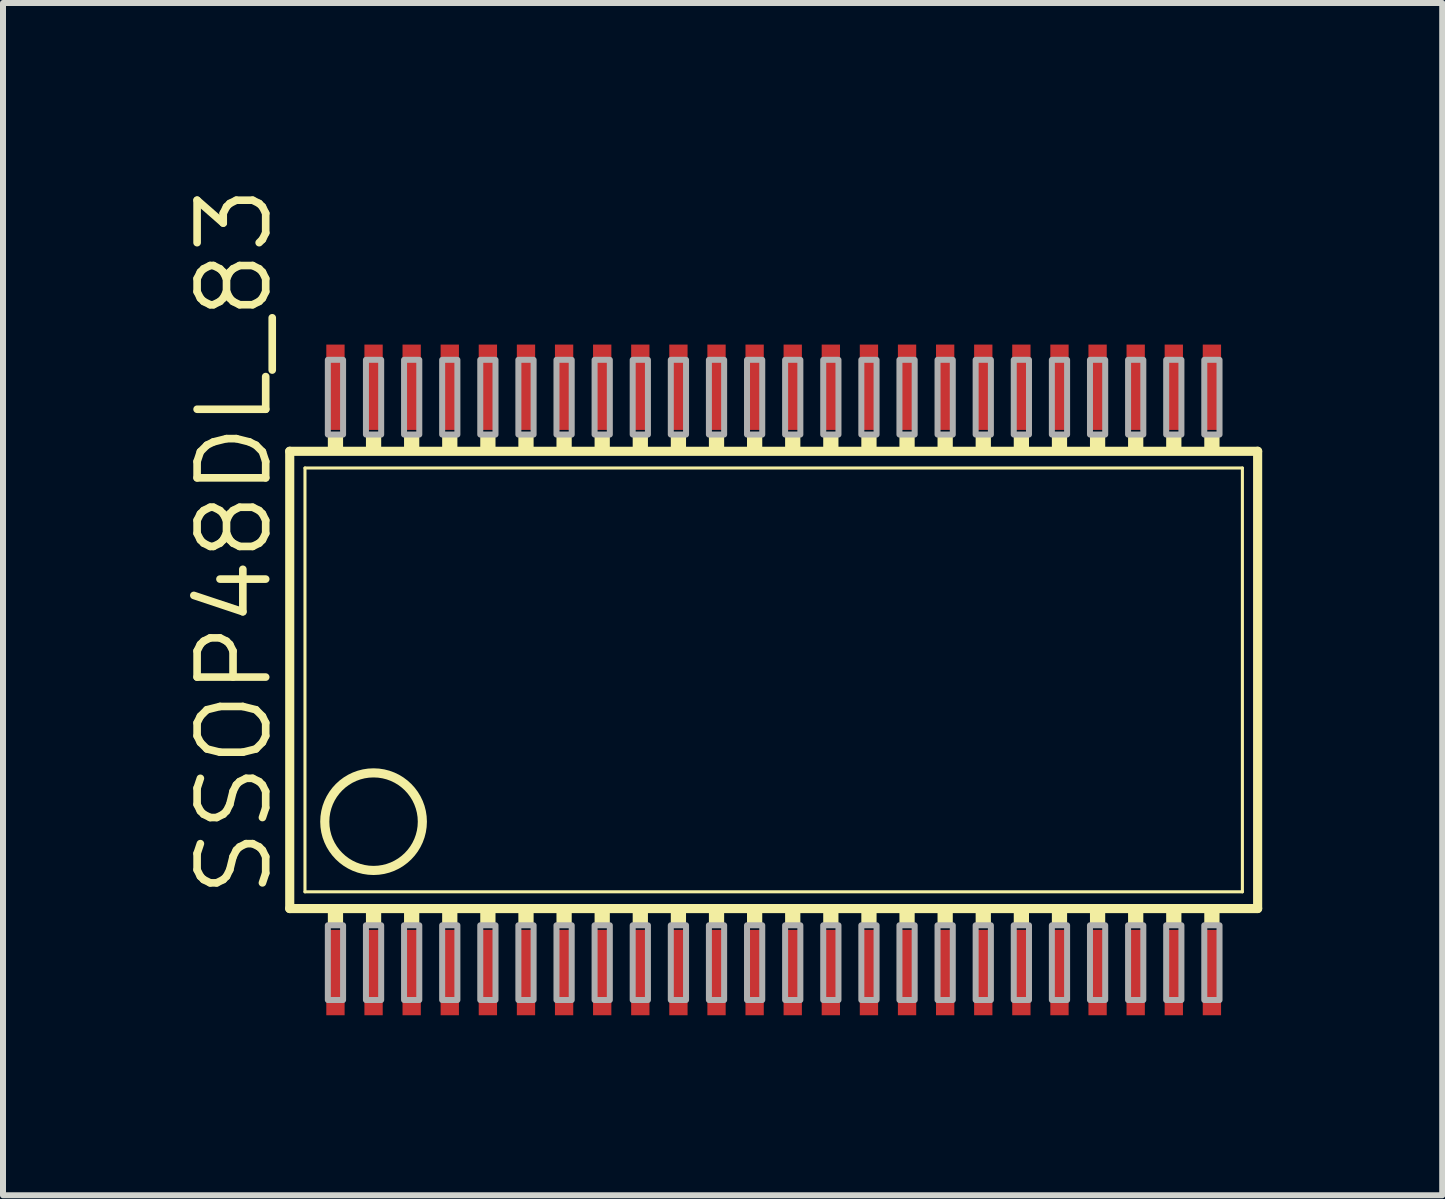
<source format=kicad_pcb>
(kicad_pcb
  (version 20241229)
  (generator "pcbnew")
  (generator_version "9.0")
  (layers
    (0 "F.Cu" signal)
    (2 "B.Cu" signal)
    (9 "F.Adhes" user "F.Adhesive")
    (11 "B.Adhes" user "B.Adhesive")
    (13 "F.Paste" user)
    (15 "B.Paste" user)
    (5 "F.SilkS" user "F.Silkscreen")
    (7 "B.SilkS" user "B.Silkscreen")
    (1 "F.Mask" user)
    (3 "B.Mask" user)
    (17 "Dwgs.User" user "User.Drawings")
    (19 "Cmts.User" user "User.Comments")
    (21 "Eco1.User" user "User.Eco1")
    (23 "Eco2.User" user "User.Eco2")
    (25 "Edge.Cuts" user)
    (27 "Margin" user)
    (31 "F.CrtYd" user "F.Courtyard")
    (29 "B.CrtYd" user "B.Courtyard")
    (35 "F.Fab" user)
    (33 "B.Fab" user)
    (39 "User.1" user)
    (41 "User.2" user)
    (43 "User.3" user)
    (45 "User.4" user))
  (footprint "SSOP48DL_83"
    (layer "F.Cu")
    (at 9.525 8.28)
    (property "Reference" "SSOP48DL_83" (at -8.001 3.683 90) (unlocked yes) (layer "F.SilkS") (effects (font (size 1.143 1.143) (thickness 0.127)) (justify left bottom)))
    (fp_line (start -7.747 3.81) (end -7.747 -3.81) (stroke (width 0.152) (type solid)) (layer "F.SilkS"))
    (fp_line (start -7.747 3.81) (end 8.382 3.81) (stroke (width 0.152) (type solid)) (layer "F.SilkS"))
    (fp_line (start -7.493 3.531) (end -7.493 -3.531) (stroke (width 0.051) (type solid)) (layer "F.SilkS"))
    (fp_line (start -7.493 3.531) (end 8.128 3.531) (stroke (width 0.051) (type solid)) (layer "F.SilkS"))
    (fp_line (start 8.128 -3.531) (end -7.493 -3.531) (stroke (width 0.051) (type solid)) (layer "F.SilkS"))
    (fp_line (start 8.128 -3.531) (end 8.128 3.531) (stroke (width 0.051) (type solid)) (layer "F.SilkS"))
    (fp_line (start 8.382 -3.81) (end -7.747 -3.81) (stroke (width 0.152) (type solid)) (layer "F.SilkS"))
    (fp_line (start 8.382 3.81) (end 8.382 -3.81) (stroke (width 0.152) (type solid)) (layer "F.SilkS"))
    (fp_circle (center -6.35 2.362) (end -5.537 2.362) (stroke (width 0.152) (type solid)) (fill no) (layer "F.SilkS"))
    (fp_poly (pts (xy -7.112 -3.81) (xy -6.858 -3.81) (xy -6.858 -4.089) (xy -7.112 -4.089)) (stroke (width 0) (type default)) (fill yes) (layer "F.SilkS"))
    (fp_poly (pts (xy -7.112 4.089) (xy -6.858 4.089) (xy -6.858 3.81) (xy -7.112 3.81)) (stroke (width 0) (type default)) (fill yes) (layer "F.SilkS"))
    (fp_poly (pts (xy -6.477 -3.81) (xy -6.223 -3.81) (xy -6.223 -4.089) (xy -6.477 -4.089)) (stroke (width 0) (type default)) (fill yes) (layer "F.SilkS"))
    (fp_poly (pts (xy -6.477 4.089) (xy -6.223 4.089) (xy -6.223 3.81) (xy -6.477 3.81)) (stroke (width 0) (type default)) (fill yes) (layer "F.SilkS"))
    (fp_poly (pts (xy -5.842 -3.81) (xy -5.588 -3.81) (xy -5.588 -4.089) (xy -5.842 -4.089)) (stroke (width 0) (type default)) (fill yes) (layer "F.SilkS"))
    (fp_poly (pts (xy -5.842 4.089) (xy -5.588 4.089) (xy -5.588 3.81) (xy -5.842 3.81)) (stroke (width 0) (type default)) (fill yes) (layer "F.SilkS"))
    (fp_poly (pts (xy -5.207 -3.81) (xy -4.953 -3.81) (xy -4.953 -4.089) (xy -5.207 -4.089)) (stroke (width 0) (type default)) (fill yes) (layer "F.SilkS"))
    (fp_poly (pts (xy -5.207 4.089) (xy -4.953 4.089) (xy -4.953 3.81) (xy -5.207 3.81)) (stroke (width 0) (type default)) (fill yes) (layer "F.SilkS"))
    (fp_poly (pts (xy -4.572 -3.81) (xy -4.318 -3.81) (xy -4.318 -4.089) (xy -4.572 -4.089)) (stroke (width 0) (type default)) (fill yes) (layer "F.SilkS"))
    (fp_poly (pts (xy -4.572 4.089) (xy -4.318 4.089) (xy -4.318 3.81) (xy -4.572 3.81)) (stroke (width 0) (type default)) (fill yes) (layer "F.SilkS"))
    (fp_poly (pts (xy -3.937 -3.81) (xy -3.683 -3.81) (xy -3.683 -4.089) (xy -3.937 -4.089)) (stroke (width 0) (type default)) (fill yes) (layer "F.SilkS"))
    (fp_poly (pts (xy -3.937 4.089) (xy -3.683 4.089) (xy -3.683 3.81) (xy -3.937 3.81)) (stroke (width 0) (type default)) (fill yes) (layer "F.SilkS"))
    (fp_poly (pts (xy -3.302 -3.81) (xy -3.048 -3.81) (xy -3.048 -4.089) (xy -3.302 -4.089)) (stroke (width 0) (type default)) (fill yes) (layer "F.SilkS"))
    (fp_poly (pts (xy -3.302 4.089) (xy -3.048 4.089) (xy -3.048 3.81) (xy -3.302 3.81)) (stroke (width 0) (type default)) (fill yes) (layer "F.SilkS"))
    (fp_poly (pts (xy -2.667 -3.81) (xy -2.413 -3.81) (xy -2.413 -4.089) (xy -2.667 -4.089)) (stroke (width 0) (type default)) (fill yes) (layer "F.SilkS"))
    (fp_poly (pts (xy -2.667 4.089) (xy -2.413 4.089) (xy -2.413 3.81) (xy -2.667 3.81)) (stroke (width 0) (type default)) (fill yes) (layer "F.SilkS"))
    (fp_poly (pts (xy -2.032 -3.81) (xy -1.778 -3.81) (xy -1.778 -4.089) (xy -2.032 -4.089)) (stroke (width 0) (type default)) (fill yes) (layer "F.SilkS"))
    (fp_poly (pts (xy -2.032 4.089) (xy -1.778 4.089) (xy -1.778 3.81) (xy -2.032 3.81)) (stroke (width 0) (type default)) (fill yes) (layer "F.SilkS"))
    (fp_poly (pts (xy -1.397 -3.81) (xy -1.143 -3.81) (xy -1.143 -4.089) (xy -1.397 -4.089)) (stroke (width 0) (type default)) (fill yes) (layer "F.SilkS"))
    (fp_poly (pts (xy -1.397 4.089) (xy -1.143 4.089) (xy -1.143 3.81) (xy -1.397 3.81)) (stroke (width 0) (type default)) (fill yes) (layer "F.SilkS"))
    (fp_poly (pts (xy -0.762 -3.81) (xy -0.508 -3.81) (xy -0.508 -4.089) (xy -0.762 -4.089)) (stroke (width 0) (type default)) (fill yes) (layer "F.SilkS"))
    (fp_poly (pts (xy -0.762 4.089) (xy -0.508 4.089) (xy -0.508 3.81) (xy -0.762 3.81)) (stroke (width 0) (type default)) (fill yes) (layer "F.SilkS"))
    (fp_poly (pts (xy -0.127 -3.81) (xy 0.127 -3.81) (xy 0.127 -4.089) (xy -0.127 -4.089)) (stroke (width 0) (type default)) (fill yes) (layer "F.SilkS"))
    (fp_poly (pts (xy -0.127 4.089) (xy 0.127 4.089) (xy 0.127 3.81) (xy -0.127 3.81)) (stroke (width 0) (type default)) (fill yes) (layer "F.SilkS"))
    (fp_poly (pts (xy 0.508 -3.81) (xy 0.762 -3.81) (xy 0.762 -4.089) (xy 0.508 -4.089)) (stroke (width 0) (type default)) (fill yes) (layer "F.SilkS"))
    (fp_poly (pts (xy 0.508 4.089) (xy 0.762 4.089) (xy 0.762 3.81) (xy 0.508 3.81)) (stroke (width 0) (type default)) (fill yes) (layer "F.SilkS"))
    (fp_poly (pts (xy 1.143 -3.81) (xy 1.397 -3.81) (xy 1.397 -4.089) (xy 1.143 -4.089)) (stroke (width 0) (type default)) (fill yes) (layer "F.SilkS"))
    (fp_poly (pts (xy 1.143 4.089) (xy 1.397 4.089) (xy 1.397 3.81) (xy 1.143 3.81)) (stroke (width 0) (type default)) (fill yes) (layer "F.SilkS"))
    (fp_poly (pts (xy 1.778 -3.81) (xy 2.032 -3.81) (xy 2.032 -4.089) (xy 1.778 -4.089)) (stroke (width 0) (type default)) (fill yes) (layer "F.SilkS"))
    (fp_poly (pts (xy 1.778 4.089) (xy 2.032 4.089) (xy 2.032 3.81) (xy 1.778 3.81)) (stroke (width 0) (type default)) (fill yes) (layer "F.SilkS"))
    (fp_poly (pts (xy 2.413 -3.81) (xy 2.667 -3.81) (xy 2.667 -4.089) (xy 2.413 -4.089)) (stroke (width 0) (type default)) (fill yes) (layer "F.SilkS"))
    (fp_poly (pts (xy 2.413 4.089) (xy 2.667 4.089) (xy 2.667 3.81) (xy 2.413 3.81)) (stroke (width 0) (type default)) (fill yes) (layer "F.SilkS"))
    (fp_poly (pts (xy 3.048 -3.81) (xy 3.302 -3.81) (xy 3.302 -4.089) (xy 3.048 -4.089)) (stroke (width 0) (type default)) (fill yes) (layer "F.SilkS"))
    (fp_poly (pts (xy 3.048 4.089) (xy 3.302 4.089) (xy 3.302 3.81) (xy 3.048 3.81)) (stroke (width 0) (type default)) (fill yes) (layer "F.SilkS"))
    (fp_poly (pts (xy 3.683 -3.81) (xy 3.937 -3.81) (xy 3.937 -4.089) (xy 3.683 -4.089)) (stroke (width 0) (type default)) (fill yes) (layer "F.SilkS"))
    (fp_poly (pts (xy 3.683 4.089) (xy 3.937 4.089) (xy 3.937 3.81) (xy 3.683 3.81)) (stroke (width 0) (type default)) (fill yes) (layer "F.SilkS"))
    (fp_poly (pts (xy 4.318 -3.81) (xy 4.572 -3.81) (xy 4.572 -4.089) (xy 4.318 -4.089)) (stroke (width 0) (type default)) (fill yes) (layer "F.SilkS"))
    (fp_poly (pts (xy 4.318 4.089) (xy 4.572 4.089) (xy 4.572 3.81) (xy 4.318 3.81)) (stroke (width 0) (type default)) (fill yes) (layer "F.SilkS"))
    (fp_poly (pts (xy 4.953 -3.81) (xy 5.207 -3.81) (xy 5.207 -4.089) (xy 4.953 -4.089)) (stroke (width 0) (type default)) (fill yes) (layer "F.SilkS"))
    (fp_poly (pts (xy 4.953 4.089) (xy 5.207 4.089) (xy 5.207 3.81) (xy 4.953 3.81)) (stroke (width 0) (type default)) (fill yes) (layer "F.SilkS"))
    (fp_poly (pts (xy 5.588 -3.81) (xy 5.842 -3.81) (xy 5.842 -4.089) (xy 5.588 -4.089)) (stroke (width 0) (type default)) (fill yes) (layer "F.SilkS"))
    (fp_poly (pts (xy 5.588 4.089) (xy 5.842 4.089) (xy 5.842 3.81) (xy 5.588 3.81)) (stroke (width 0) (type default)) (fill yes) (layer "F.SilkS"))
    (fp_poly (pts (xy 6.223 -3.81) (xy 6.477 -3.81) (xy 6.477 -4.089) (xy 6.223 -4.089)) (stroke (width 0) (type default)) (fill yes) (layer "F.SilkS"))
    (fp_poly (pts (xy 6.223 4.089) (xy 6.477 4.089) (xy 6.477 3.81) (xy 6.223 3.81)) (stroke (width 0) (type default)) (fill yes) (layer "F.SilkS"))
    (fp_poly (pts (xy 6.858 -3.81) (xy 7.112 -3.81) (xy 7.112 -4.089) (xy 6.858 -4.089)) (stroke (width 0) (type default)) (fill yes) (layer "F.SilkS"))
    (fp_poly (pts (xy 6.858 4.089) (xy 7.112 4.089) (xy 7.112 3.81) (xy 6.858 3.81)) (stroke (width 0) (type default)) (fill yes) (layer "F.SilkS"))
    (fp_poly (pts (xy 7.493 -3.81) (xy 7.747 -3.81) (xy 7.747 -4.089) (xy 7.493 -4.089)) (stroke (width 0) (type default)) (fill yes) (layer "F.SilkS"))
    (fp_poly (pts (xy 7.493 4.089) (xy 7.747 4.089) (xy 7.747 3.81) (xy 7.493 3.81)) (stroke (width 0) (type default)) (fill yes) (layer "F.SilkS"))
    (fp_poly (pts (xy -7.112 -4.089) (xy -6.858 -4.089) (xy -6.858 -5.334) (xy -7.112 -5.334)) (stroke (width 0.1) (type default)) (fill no) (layer "F.Fab"))
    (fp_poly (pts (xy -7.112 5.334) (xy -6.858 5.334) (xy -6.858 4.089) (xy -7.112 4.089)) (stroke (width 0.1) (type default)) (fill no) (layer "F.Fab"))
    (fp_poly (pts (xy -6.477 -4.089) (xy -6.223 -4.089) (xy -6.223 -5.334) (xy -6.477 -5.334)) (stroke (width 0.1) (type default)) (fill no) (layer "F.Fab"))
    (fp_poly (pts (xy -6.477 5.334) (xy -6.223 5.334) (xy -6.223 4.089) (xy -6.477 4.089)) (stroke (width 0.1) (type default)) (fill no) (layer "F.Fab"))
    (fp_poly (pts (xy -5.842 -4.089) (xy -5.588 -4.089) (xy -5.588 -5.334) (xy -5.842 -5.334)) (stroke (width 0.1) (type default)) (fill no) (layer "F.Fab"))
    (fp_poly (pts (xy -5.842 5.334) (xy -5.588 5.334) (xy -5.588 4.089) (xy -5.842 4.089)) (stroke (width 0.1) (type default)) (fill no) (layer "F.Fab"))
    (fp_poly (pts (xy -5.207 -4.089) (xy -4.953 -4.089) (xy -4.953 -5.334) (xy -5.207 -5.334)) (stroke (width 0.1) (type default)) (fill no) (layer "F.Fab"))
    (fp_poly (pts (xy -5.207 5.334) (xy -4.953 5.334) (xy -4.953 4.089) (xy -5.207 4.089)) (stroke (width 0.1) (type default)) (fill no) (layer "F.Fab"))
    (fp_poly (pts (xy -4.572 -4.089) (xy -4.318 -4.089) (xy -4.318 -5.334) (xy -4.572 -5.334)) (stroke (width 0.1) (type default)) (fill no) (layer "F.Fab"))
    (fp_poly (pts (xy -4.572 5.334) (xy -4.318 5.334) (xy -4.318 4.089) (xy -4.572 4.089)) (stroke (width 0.1) (type default)) (fill no) (layer "F.Fab"))
    (fp_poly (pts (xy -3.937 -4.089) (xy -3.683 -4.089) (xy -3.683 -5.334) (xy -3.937 -5.334)) (stroke (width 0.1) (type default)) (fill no) (layer "F.Fab"))
    (fp_poly (pts (xy -3.937 5.334) (xy -3.683 5.334) (xy -3.683 4.089) (xy -3.937 4.089)) (stroke (width 0.1) (type default)) (fill no) (layer "F.Fab"))
    (fp_poly (pts (xy -3.302 -4.089) (xy -3.048 -4.089) (xy -3.048 -5.334) (xy -3.302 -5.334)) (stroke (width 0.1) (type default)) (fill no) (layer "F.Fab"))
    (fp_poly (pts (xy -3.302 5.334) (xy -3.048 5.334) (xy -3.048 4.089) (xy -3.302 4.089)) (stroke (width 0.1) (type default)) (fill no) (layer "F.Fab"))
    (fp_poly (pts (xy -2.667 -4.089) (xy -2.413 -4.089) (xy -2.413 -5.334) (xy -2.667 -5.334)) (stroke (width 0.1) (type default)) (fill no) (layer "F.Fab"))
    (fp_poly (pts (xy -2.667 5.334) (xy -2.413 5.334) (xy -2.413 4.089) (xy -2.667 4.089)) (stroke (width 0.1) (type default)) (fill no) (layer "F.Fab"))
    (fp_poly (pts (xy -2.032 -4.089) (xy -1.778 -4.089) (xy -1.778 -5.334) (xy -2.032 -5.334)) (stroke (width 0.1) (type default)) (fill no) (layer "F.Fab"))
    (fp_poly (pts (xy -2.032 5.334) (xy -1.778 5.334) (xy -1.778 4.089) (xy -2.032 4.089)) (stroke (width 0.1) (type default)) (fill no) (layer "F.Fab"))
    (fp_poly (pts (xy -1.397 -4.089) (xy -1.143 -4.089) (xy -1.143 -5.334) (xy -1.397 -5.334)) (stroke (width 0.1) (type default)) (fill no) (layer "F.Fab"))
    (fp_poly (pts (xy -1.397 5.334) (xy -1.143 5.334) (xy -1.143 4.089) (xy -1.397 4.089)) (stroke (width 0.1) (type default)) (fill no) (layer "F.Fab"))
    (fp_poly (pts (xy -0.762 -4.089) (xy -0.508 -4.089) (xy -0.508 -5.334) (xy -0.762 -5.334)) (stroke (width 0.1) (type default)) (fill no) (layer "F.Fab"))
    (fp_poly (pts (xy -0.762 5.334) (xy -0.508 5.334) (xy -0.508 4.089) (xy -0.762 4.089)) (stroke (width 0.1) (type default)) (fill no) (layer "F.Fab"))
    (fp_poly (pts (xy -0.127 -4.089) (xy 0.127 -4.089) (xy 0.127 -5.334) (xy -0.127 -5.334)) (stroke (width 0.1) (type default)) (fill no) (layer "F.Fab"))
    (fp_poly (pts (xy -0.127 5.334) (xy 0.127 5.334) (xy 0.127 4.089) (xy -0.127 4.089)) (stroke (width 0.1) (type default)) (fill no) (layer "F.Fab"))
    (fp_poly (pts (xy 0.508 -4.089) (xy 0.762 -4.089) (xy 0.762 -5.334) (xy 0.508 -5.334)) (stroke (width 0.1) (type default)) (fill no) (layer "F.Fab"))
    (fp_poly (pts (xy 0.508 5.334) (xy 0.762 5.334) (xy 0.762 4.089) (xy 0.508 4.089)) (stroke (width 0.1) (type default)) (fill no) (layer "F.Fab"))
    (fp_poly (pts (xy 1.143 -4.089) (xy 1.397 -4.089) (xy 1.397 -5.334) (xy 1.143 -5.334)) (stroke (width 0.1) (type default)) (fill no) (layer "F.Fab"))
    (fp_poly (pts (xy 1.143 5.334) (xy 1.397 5.334) (xy 1.397 4.089) (xy 1.143 4.089)) (stroke (width 0.1) (type default)) (fill no) (layer "F.Fab"))
    (fp_poly (pts (xy 1.778 -4.089) (xy 2.032 -4.089) (xy 2.032 -5.334) (xy 1.778 -5.334)) (stroke (width 0.1) (type default)) (fill no) (layer "F.Fab"))
    (fp_poly (pts (xy 1.778 5.334) (xy 2.032 5.334) (xy 2.032 4.089) (xy 1.778 4.089)) (stroke (width 0.1) (type default)) (fill no) (layer "F.Fab"))
    (fp_poly (pts (xy 2.413 -4.089) (xy 2.667 -4.089) (xy 2.667 -5.334) (xy 2.413 -5.334)) (stroke (width 0.1) (type default)) (fill no) (layer "F.Fab"))
    (fp_poly (pts (xy 2.413 5.334) (xy 2.667 5.334) (xy 2.667 4.089) (xy 2.413 4.089)) (stroke (width 0.1) (type default)) (fill no) (layer "F.Fab"))
    (fp_poly (pts (xy 3.048 -4.089) (xy 3.302 -4.089) (xy 3.302 -5.334) (xy 3.048 -5.334)) (stroke (width 0.1) (type default)) (fill no) (layer "F.Fab"))
    (fp_poly (pts (xy 3.048 5.334) (xy 3.302 5.334) (xy 3.302 4.089) (xy 3.048 4.089)) (stroke (width 0.1) (type default)) (fill no) (layer "F.Fab"))
    (fp_poly (pts (xy 3.683 -4.089) (xy 3.937 -4.089) (xy 3.937 -5.334) (xy 3.683 -5.334)) (stroke (width 0.1) (type default)) (fill no) (layer "F.Fab"))
    (fp_poly (pts (xy 3.683 5.334) (xy 3.937 5.334) (xy 3.937 4.089) (xy 3.683 4.089)) (stroke (width 0.1) (type default)) (fill no) (layer "F.Fab"))
    (fp_poly (pts (xy 4.318 -4.089) (xy 4.572 -4.089) (xy 4.572 -5.334) (xy 4.318 -5.334)) (stroke (width 0.1) (type default)) (fill no) (layer "F.Fab"))
    (fp_poly (pts (xy 4.318 5.334) (xy 4.572 5.334) (xy 4.572 4.089) (xy 4.318 4.089)) (stroke (width 0.1) (type default)) (fill no) (layer "F.Fab"))
    (fp_poly (pts (xy 4.953 -4.089) (xy 5.207 -4.089) (xy 5.207 -5.334) (xy 4.953 -5.334)) (stroke (width 0.1) (type default)) (fill no) (layer "F.Fab"))
    (fp_poly (pts (xy 4.953 5.334) (xy 5.207 5.334) (xy 5.207 4.089) (xy 4.953 4.089)) (stroke (width 0.1) (type default)) (fill no) (layer "F.Fab"))
    (fp_poly (pts (xy 5.588 -4.089) (xy 5.842 -4.089) (xy 5.842 -5.334) (xy 5.588 -5.334)) (stroke (width 0.1) (type default)) (fill no) (layer "F.Fab"))
    (fp_poly (pts (xy 5.588 5.334) (xy 5.842 5.334) (xy 5.842 4.089) (xy 5.588 4.089)) (stroke (width 0.1) (type default)) (fill no) (layer "F.Fab"))
    (fp_poly (pts (xy 6.223 -4.089) (xy 6.477 -4.089) (xy 6.477 -5.334) (xy 6.223 -5.334)) (stroke (width 0.1) (type default)) (fill no) (layer "F.Fab"))
    (fp_poly (pts (xy 6.223 5.334) (xy 6.477 5.334) (xy 6.477 4.089) (xy 6.223 4.089)) (stroke (width 0.1) (type default)) (fill no) (layer "F.Fab"))
    (fp_poly (pts (xy 6.858 -4.089) (xy 7.112 -4.089) (xy 7.112 -5.334) (xy 6.858 -5.334)) (stroke (width 0.1) (type default)) (fill no) (layer "F.Fab"))
    (fp_poly (pts (xy 6.858 5.334) (xy 7.112 5.334) (xy 7.112 4.089) (xy 6.858 4.089)) (stroke (width 0.1) (type default)) (fill no) (layer "F.Fab"))
    (fp_poly (pts (xy 7.493 -4.089) (xy 7.747 -4.089) (xy 7.747 -5.334) (xy 7.493 -5.334)) (stroke (width 0.1) (type default)) (fill no) (layer "F.Fab"))
    (fp_poly (pts (xy 7.493 5.334) (xy 7.747 5.334) (xy 7.747 4.089) (xy 7.493 4.089)) (stroke (width 0.1) (type default)) (fill no) (layer "F.Fab"))
    (pad "1" smd rect (at -6.985 4.877) (size 0.305 1.422) (layers "F.Cu" "F.Mask" "F.Paste"))
    (pad "2" smd rect (at -6.35 4.877) (size 0.305 1.422) (layers "F.Cu" "F.Mask" "F.Paste"))
    (pad "3" smd rect (at -5.715 4.877) (size 0.305 1.422) (layers "F.Cu" "F.Mask" "F.Paste"))
    (pad "4" smd rect (at -5.08 4.877) (size 0.305 1.422) (layers "F.Cu" "F.Mask" "F.Paste"))
    (pad "5" smd rect (at -4.445 4.877) (size 0.305 1.422) (layers "F.Cu" "F.Mask" "F.Paste"))
    (pad "6" smd rect (at -3.81 4.877) (size 0.305 1.422) (layers "F.Cu" "F.Mask" "F.Paste"))
    (pad "7" smd rect (at -3.175 4.877) (size 0.305 1.422) (layers "F.Cu" "F.Mask" "F.Paste"))
    (pad "8" smd rect (at -2.54 4.877) (size 0.305 1.422) (layers "F.Cu" "F.Mask" "F.Paste"))
    (pad "9" smd rect (at -1.905 4.877) (size 0.305 1.422) (layers "F.Cu" "F.Mask" "F.Paste"))
    (pad "10" smd rect (at -1.27 4.877) (size 0.305 1.422) (layers "F.Cu" "F.Mask" "F.Paste"))
    (pad "11" smd rect (at -0.635 4.877) (size 0.305 1.422) (layers "F.Cu" "F.Mask" "F.Paste"))
    (pad "12" smd rect (at 0 4.877) (size 0.305 1.422) (layers "F.Cu" "F.Mask" "F.Paste"))
    (pad "13" smd rect (at 0.635 4.877) (size 0.305 1.422) (layers "F.Cu" "F.Mask" "F.Paste"))
    (pad "14" smd rect (at 1.27 4.877) (size 0.305 1.422) (layers "F.Cu" "F.Mask" "F.Paste"))
    (pad "15" smd rect (at 1.905 4.877) (size 0.305 1.422) (layers "F.Cu" "F.Mask" "F.Paste"))
    (pad "16" smd rect (at 2.54 4.877) (size 0.305 1.422) (layers "F.Cu" "F.Mask" "F.Paste"))
    (pad "17" smd rect (at 3.175 4.877) (size 0.305 1.422) (layers "F.Cu" "F.Mask" "F.Paste"))
    (pad "18" smd rect (at 3.81 4.877) (size 0.305 1.422) (layers "F.Cu" "F.Mask" "F.Paste"))
    (pad "19" smd rect (at 4.445 4.877) (size 0.305 1.422) (layers "F.Cu" "F.Mask" "F.Paste"))
    (pad "20" smd rect (at 5.08 4.877) (size 0.305 1.422) (layers "F.Cu" "F.Mask" "F.Paste"))
    (pad "21" smd rect (at 5.715 4.877) (size 0.305 1.422) (layers "F.Cu" "F.Mask" "F.Paste"))
    (pad "22" smd rect (at 6.35 4.877) (size 0.305 1.422) (layers "F.Cu" "F.Mask" "F.Paste"))
    (pad "23" smd rect (at 6.985 4.877) (size 0.305 1.422) (layers "F.Cu" "F.Mask" "F.Paste"))
    (pad "24" smd rect (at 7.62 4.877) (size 0.305 1.422) (layers "F.Cu" "F.Mask" "F.Paste"))
    (pad "25" smd rect (at 7.62 -4.877) (size 0.305 1.422) (layers "F.Cu" "F.Mask" "F.Paste"))
    (pad "26" smd rect (at 6.985 -4.877) (size 0.305 1.422) (layers "F.Cu" "F.Mask" "F.Paste"))
    (pad "27" smd rect (at 6.35 -4.877) (size 0.305 1.422) (layers "F.Cu" "F.Mask" "F.Paste"))
    (pad "28" smd rect (at 5.715 -4.877) (size 0.305 1.422) (layers "F.Cu" "F.Mask" "F.Paste"))
    (pad "29" smd rect (at 5.08 -4.877) (size 0.305 1.422) (layers "F.Cu" "F.Mask" "F.Paste"))
    (pad "30" smd rect (at 4.445 -4.877) (size 0.305 1.422) (layers "F.Cu" "F.Mask" "F.Paste"))
    (pad "31" smd rect (at 3.81 -4.877) (size 0.305 1.422) (layers "F.Cu" "F.Mask" "F.Paste"))
    (pad "32" smd rect (at 3.175 -4.877) (size 0.305 1.422) (layers "F.Cu" "F.Mask" "F.Paste"))
    (pad "33" smd rect (at 2.54 -4.877) (size 0.305 1.422) (layers "F.Cu" "F.Mask" "F.Paste"))
    (pad "34" smd rect (at 1.905 -4.877) (size 0.305 1.422) (layers "F.Cu" "F.Mask" "F.Paste"))
    (pad "35" smd rect (at 1.27 -4.877) (size 0.305 1.422) (layers "F.Cu" "F.Mask" "F.Paste"))
    (pad "36" smd rect (at 0.635 -4.877) (size 0.305 1.422) (layers "F.Cu" "F.Mask" "F.Paste"))
    (pad "37" smd rect (at 0 -4.877) (size 0.305 1.422) (layers "F.Cu" "F.Mask" "F.Paste"))
    (pad "38" smd rect (at -0.635 -4.877) (size 0.305 1.422) (layers "F.Cu" "F.Mask" "F.Paste"))
    (pad "39" smd rect (at -1.27 -4.877) (size 0.305 1.422) (layers "F.Cu" "F.Mask" "F.Paste"))
    (pad "40" smd rect (at -1.905 -4.877) (size 0.305 1.422) (layers "F.Cu" "F.Mask" "F.Paste"))
    (pad "41" smd rect (at -2.54 -4.877) (size 0.305 1.422) (layers "F.Cu" "F.Mask" "F.Paste"))
    (pad "42" smd rect (at -3.175 -4.877) (size 0.305 1.422) (layers "F.Cu" "F.Mask" "F.Paste"))
    (pad "43" smd rect (at -3.81 -4.877) (size 0.305 1.422) (layers "F.Cu" "F.Mask" "F.Paste"))
    (pad "44" smd rect (at -4.445 -4.877) (size 0.305 1.422) (layers "F.Cu" "F.Mask" "F.Paste"))
    (pad "45" smd rect (at -5.08 -4.877) (size 0.305 1.422) (layers "F.Cu" "F.Mask" "F.Paste"))
    (pad "46" smd rect (at -5.715 -4.877) (size 0.305 1.422) (layers "F.Cu" "F.Mask" "F.Paste"))
    (pad "47" smd rect (at -6.35 -4.877) (size 0.305 1.422) (layers "F.Cu" "F.Mask" "F.Paste"))
    (pad "48" smd rect (at -6.985 -4.877) (size 0.305 1.422) (layers "F.Cu" "F.Mask" "F.Paste")))
  (gr_rect
    (start -3 -3)
    (end 20.983 16.868)
    (stroke (width 0.1) (type default))
    (fill no)
    (layer "Edge.Cuts")))
</source>
